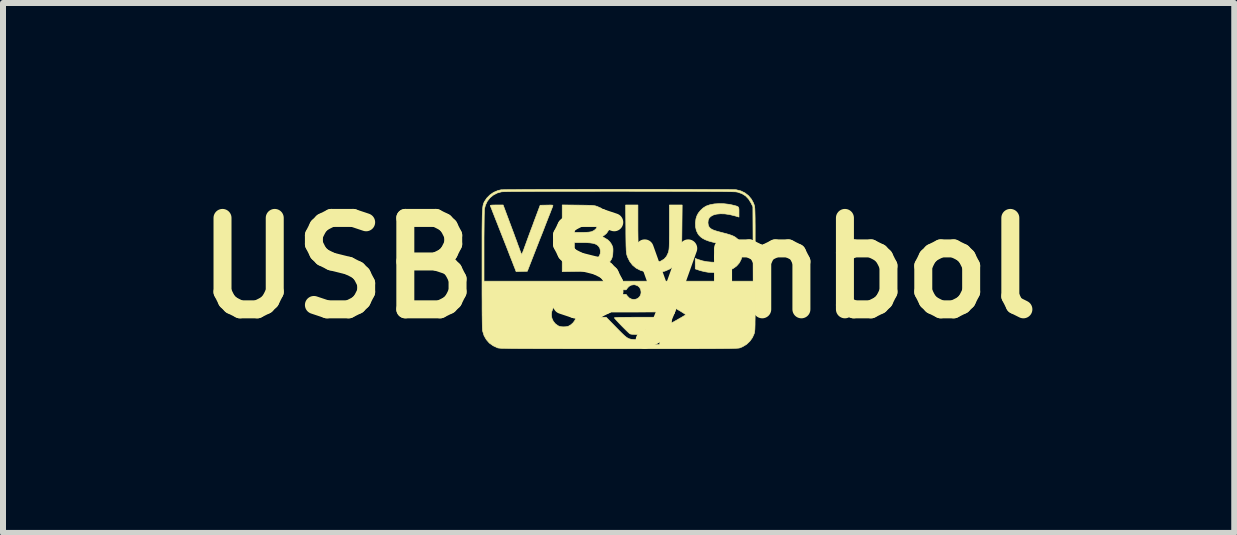
<source format=kicad_pcb>
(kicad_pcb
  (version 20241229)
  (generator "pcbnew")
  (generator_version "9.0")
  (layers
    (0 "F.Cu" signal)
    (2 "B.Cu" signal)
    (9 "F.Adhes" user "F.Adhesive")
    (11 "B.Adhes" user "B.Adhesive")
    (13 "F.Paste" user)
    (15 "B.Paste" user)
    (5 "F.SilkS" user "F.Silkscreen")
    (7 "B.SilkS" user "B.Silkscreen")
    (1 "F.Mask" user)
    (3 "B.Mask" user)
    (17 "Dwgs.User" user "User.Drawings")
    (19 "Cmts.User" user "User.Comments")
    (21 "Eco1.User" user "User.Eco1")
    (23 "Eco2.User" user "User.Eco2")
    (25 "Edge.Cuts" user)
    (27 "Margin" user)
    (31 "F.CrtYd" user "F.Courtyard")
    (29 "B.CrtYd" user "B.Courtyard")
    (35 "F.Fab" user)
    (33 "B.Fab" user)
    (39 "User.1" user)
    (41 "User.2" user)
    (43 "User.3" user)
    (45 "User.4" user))
  (footprint "USB Symbol"
    (layer "F.Cu")
    (at 7.264 1.418)
    (property "Reference" "USB Symbol" (at 0 0 0) (layer "F.SilkS") (effects (font (size 1.524 1.524) (thickness 0.3))))
    (attr through_hole)
    (fp_poly (pts (xy -1.801 -0.718) (xy -1.773 -0.643) (xy -1.746 -0.571) (xy -1.721 -0.502) (xy -1.698 -0.441) (xy -1.679 -0.387) (xy -1.663 -0.345) (xy -1.652 -0.315) (xy -1.65 -0.309) (xy -1.638 -0.275) (xy -1.627 -0.248) (xy -1.62 -0.23) (xy -1.618 -0.226) (xy -1.613 -0.232) (xy -1.604 -0.251) (xy -1.592 -0.28) (xy -1.577 -0.319) (xy -1.568 -0.345) (xy -1.554 -0.383) (xy -1.535 -0.435) (xy -1.513 -0.496) (xy -1.488 -0.564) (xy -1.461 -0.637) (xy -1.433 -0.71) (xy -1.416 -0.758) (xy -1.308 -1.046) (xy -1.199 -1.048) (xy -1.155 -1.049) (xy -1.125 -1.049) (xy -1.106 -1.048) (xy -1.097 -1.045) (xy -1.095 -1.04) (xy -1.096 -1.035) (xy -1.1 -1.025) (xy -1.109 -1) (xy -1.124 -0.963) (xy -1.143 -0.913) (xy -1.167 -0.853) (xy -1.194 -0.784) (xy -1.224 -0.707) (xy -1.256 -0.623) (xy -1.291 -0.535) (xy -1.312 -0.483) (xy -1.522 0.055) (xy -1.709 0.06) (xy -1.734 -0.006) (xy -1.741 -0.023) (xy -1.753 -0.053) (xy -1.769 -0.096) (xy -1.79 -0.148) (xy -1.814 -0.209) (xy -1.84 -0.277) (xy -1.869 -0.351) (xy -1.899 -0.427) (xy -1.93 -0.506) (xy -1.961 -0.585) (xy -1.992 -0.663) (xy -2.021 -0.738) (xy -2.049 -0.808) (xy -2.074 -0.872) (xy -2.096 -0.928) (xy -2.114 -0.975) (xy -2.128 -1.01) (xy -2.137 -1.032) (xy -2.14 -1.039) (xy -2.138 -1.044) (xy -2.126 -1.047) (xy -2.102 -1.049) (xy -2.065 -1.05) (xy -2.034 -1.05) (xy -1.925 -1.05) (xy -1.801 -0.718)) (stroke (width 0.01) (type solid)) (fill yes) (layer "F.SilkS"))
    (fp_poly (pts (xy 0.322 -0.713) (xy 0.322 -0.632) (xy 0.323 -0.555) (xy 0.324 -0.486) (xy 0.325 -0.426) (xy 0.327 -0.378) (xy 0.329 -0.342) (xy 0.331 -0.322) (xy 0.348 -0.253) (xy 0.374 -0.197) (xy 0.407 -0.157) (xy 0.44 -0.131) (xy 0.472 -0.114) (xy 0.508 -0.103) (xy 0.554 -0.099) (xy 0.584 -0.098) (xy 0.626 -0.098) (xy 0.657 -0.101) (xy 0.682 -0.107) (xy 0.707 -0.116) (xy 0.709 -0.118) (xy 0.76 -0.149) (xy 0.799 -0.193) (xy 0.826 -0.25) (xy 0.83 -0.261) (xy 0.834 -0.275) (xy 0.837 -0.29) (xy 0.84 -0.307) (xy 0.842 -0.327) (xy 0.844 -0.354) (xy 0.845 -0.388) (xy 0.846 -0.431) (xy 0.846 -0.486) (xy 0.847 -0.552) (xy 0.847 -0.633) (xy 0.847 -0.682) (xy 0.847 -1.05) (xy 1.06 -1.05) (xy 1.056 -0.663) (xy 1.055 -0.566) (xy 1.054 -0.485) (xy 1.053 -0.417) (xy 1.051 -0.362) (xy 1.049 -0.316) (xy 1.046 -0.279) (xy 1.042 -0.248) (xy 1.037 -0.222) (xy 1.031 -0.2) (xy 1.024 -0.179) (xy 1.015 -0.159) (xy 1.006 -0.139) (xy 0.971 -0.082) (xy 0.921 -0.031) (xy 0.859 0.013) (xy 0.789 0.046) (xy 0.762 0.055) (xy 0.723 0.063) (xy 0.673 0.069) (xy 0.616 0.072) (xy 0.557 0.073) (xy 0.502 0.071) (xy 0.455 0.065) (xy 0.445 0.063) (xy 0.363 0.039) (xy 0.292 0.002) (xy 0.232 -0.048) (xy 0.185 -0.11) (xy 0.149 -0.183) (xy 0.138 -0.217) (xy 0.135 -0.23) (xy 0.132 -0.247) (xy 0.13 -0.268) (xy 0.127 -0.294) (xy 0.126 -0.328) (xy 0.124 -0.371) (xy 0.123 -0.425) (xy 0.122 -0.49) (xy 0.121 -0.57) (xy 0.121 -0.658) (xy 0.117 -1.05) (xy 0.322 -1.05) (xy 0.322 -0.713)) (stroke (width 0.01) (type solid)) (fill yes) (layer "F.SilkS"))
    (fp_poly (pts (xy -0.675 -1.048) (xy -0.601 -1.047) (xy -0.541 -1.046) (xy -0.494 -1.045) (xy -0.457 -1.044) (xy -0.429 -1.042) (xy -0.407 -1.039) (xy -0.389 -1.036) (xy -0.373 -1.031) (xy -0.357 -1.026) (xy -0.285 -0.993) (xy -0.227 -0.952) (xy -0.184 -0.903) (xy -0.155 -0.846) (xy -0.141 -0.781) (xy -0.14 -0.754) (xy -0.147 -0.686) (xy -0.167 -0.628) (xy -0.2 -0.579) (xy -0.239 -0.546) (xy -0.273 -0.523) (xy -0.228 -0.498) (xy -0.182 -0.47) (xy -0.149 -0.439) (xy -0.123 -0.402) (xy -0.113 -0.383) (xy -0.102 -0.359) (xy -0.096 -0.338) (xy -0.094 -0.314) (xy -0.094 -0.282) (xy -0.095 -0.264) (xy -0.098 -0.218) (xy -0.106 -0.181) (xy -0.117 -0.15) (xy -0.118 -0.148) (xy -0.146 -0.105) (xy -0.185 -0.062) (xy -0.23 -0.024) (xy -0.273 0.002) (xy -0.302 0.015) (xy -0.329 0.026) (xy -0.357 0.035) (xy -0.389 0.042) (xy -0.425 0.047) (xy -0.469 0.051) (xy -0.523 0.053) (xy -0.589 0.055) (xy -0.669 0.057) (xy -0.684 0.057) (xy -0.94 0.061) (xy -0.94 -0.423) (xy -0.737 -0.423) (xy -0.737 -0.11) (xy -0.628 -0.11) (xy -0.581 -0.111) (xy -0.535 -0.113) (xy -0.496 -0.116) (xy -0.469 -0.119) (xy -0.418 -0.133) (xy -0.373 -0.154) (xy -0.338 -0.18) (xy -0.321 -0.201) (xy -0.306 -0.239) (xy -0.303 -0.283) (xy -0.311 -0.324) (xy -0.318 -0.339) (xy -0.337 -0.366) (xy -0.361 -0.386) (xy -0.391 -0.401) (xy -0.43 -0.412) (xy -0.48 -0.419) (xy -0.544 -0.423) (xy -0.606 -0.423) (xy -0.737 -0.423) (xy -0.94 -0.423) (xy -0.94 -0.881) (xy -0.737 -0.881) (xy -0.737 -0.593) (xy -0.615 -0.593) (xy -0.55 -0.594) (xy -0.499 -0.597) (xy -0.462 -0.603) (xy -0.451 -0.605) (xy -0.408 -0.626) (xy -0.375 -0.656) (xy -0.355 -0.693) (xy -0.348 -0.734) (xy -0.354 -0.775) (xy -0.374 -0.815) (xy -0.388 -0.83) (xy -0.409 -0.848) (xy -0.434 -0.861) (xy -0.465 -0.87) (xy -0.505 -0.876) (xy -0.556 -0.88) (xy -0.622 -0.881) (xy -0.737 -0.881) (xy -0.94 -0.881) (xy -0.94 -1.051) (xy -0.675 -1.048)) (stroke (width 0.01) (type solid)) (fill yes) (layer "F.SilkS"))
    (fp_poly (pts (xy 1.76 -1.071) (xy 1.845 -1.061) (xy 1.892 -1.051) (xy 1.937 -1.04) (xy 1.969 -1.031) (xy 1.989 -1.022) (xy 2 -1.01) (xy 2.005 -0.993) (xy 2.007 -0.967) (xy 2.007 -0.933) (xy 2.007 -0.849) (xy 1.939 -0.869) (xy 1.853 -0.89) (xy 1.772 -0.902) (xy 1.698 -0.904) (xy 1.634 -0.898) (xy 1.579 -0.883) (xy 1.536 -0.859) (xy 1.509 -0.831) (xy 1.494 -0.795) (xy 1.49 -0.753) (xy 1.496 -0.712) (xy 1.506 -0.689) (xy 1.52 -0.671) (xy 1.538 -0.655) (xy 1.563 -0.64) (xy 1.598 -0.626) (xy 1.643 -0.612) (xy 1.702 -0.596) (xy 1.729 -0.589) (xy 1.795 -0.572) (xy 1.846 -0.557) (xy 1.887 -0.543) (xy 1.919 -0.529) (xy 1.947 -0.513) (xy 1.971 -0.494) (xy 1.985 -0.482) (xy 2.024 -0.435) (xy 2.05 -0.378) (xy 2.063 -0.311) (xy 2.064 -0.296) (xy 2.062 -0.217) (xy 2.045 -0.147) (xy 2.014 -0.086) (xy 1.969 -0.034) (xy 1.91 0.009) (xy 1.839 0.041) (xy 1.755 0.062) (xy 1.749 0.063) (xy 1.702 0.069) (xy 1.646 0.073) (xy 1.588 0.075) (xy 1.534 0.074) (xy 1.489 0.071) (xy 1.486 0.07) (xy 1.448 0.064) (xy 1.404 0.054) (xy 1.36 0.043) (xy 1.324 0.031) (xy 1.314 0.028) (xy 1.278 0.015) (xy 1.278 -0.159) (xy 1.334 -0.139) (xy 1.402 -0.118) (xy 1.476 -0.104) (xy 1.552 -0.097) (xy 1.625 -0.095) (xy 1.69 -0.101) (xy 1.728 -0.11) (xy 1.78 -0.132) (xy 1.818 -0.164) (xy 1.842 -0.205) (xy 1.852 -0.252) (xy 1.854 -0.282) (xy 1.851 -0.301) (xy 1.842 -0.318) (xy 1.833 -0.329) (xy 1.811 -0.351) (xy 1.783 -0.369) (xy 1.747 -0.385) (xy 1.699 -0.399) (xy 1.649 -0.411) (xy 1.568 -0.431) (xy 1.502 -0.449) (xy 1.449 -0.469) (xy 1.406 -0.491) (xy 1.372 -0.515) (xy 1.343 -0.543) (xy 1.323 -0.57) (xy 1.297 -0.623) (xy 1.283 -0.685) (xy 1.281 -0.752) (xy 1.29 -0.821) (xy 1.305 -0.868) (xy 1.329 -0.914) (xy 1.365 -0.959) (xy 1.408 -0.999) (xy 1.454 -1.029) (xy 1.46 -1.032) (xy 1.522 -1.054) (xy 1.595 -1.068) (xy 1.676 -1.073) (xy 1.76 -1.071)) (stroke (width 0.01) (type solid)) (fill yes) (layer "F.SilkS"))
    (fp_poly (pts (xy 0.304 -1.312) (xy 0.461 -1.312) (xy 0.615 -1.312) (xy 0.765 -1.312) (xy 0.911 -1.311) (xy 1.051 -1.311) (xy 1.185 -1.311) (xy 1.311 -1.31) (xy 1.429 -1.31) (xy 1.538 -1.309) (xy 1.636 -1.309) (xy 1.724 -1.308) (xy 1.799 -1.308) (xy 1.861 -1.307) (xy 1.909 -1.306) (xy 1.943 -1.305) (xy 1.961 -1.305) (xy 1.962 -1.304) (xy 2.038 -1.285) (xy 2.106 -1.252) (xy 2.165 -1.206) (xy 2.214 -1.148) (xy 2.25 -1.081) (xy 2.261 -1.051) (xy 2.263 -1.043) (xy 2.266 -1.034) (xy 2.268 -1.023) (xy 2.269 -1.01) (xy 2.271 -0.994) (xy 2.272 -0.973) (xy 2.273 -0.948) (xy 2.274 -0.916) (xy 2.275 -0.877) (xy 2.276 -0.829) (xy 2.276 -0.773) (xy 2.277 -0.707) (xy 2.277 -0.63) (xy 2.277 -0.542) (xy 2.277 -0.44) (xy 2.277 -0.325) (xy 2.278 -0.195) (xy 2.278 -0.05) (xy 2.278 0.021) (xy 2.278 0.174) (xy 2.277 0.311) (xy 2.277 0.432) (xy 2.277 0.54) (xy 2.277 0.634) (xy 2.277 0.716) (xy 2.277 0.787) (xy 2.276 0.847) (xy 2.275 0.898) (xy 2.275 0.941) (xy 2.274 0.976) (xy 2.273 1.005) (xy 2.272 1.027) (xy 2.27 1.046) (xy 2.268 1.06) (xy 2.267 1.071) (xy 2.264 1.081) (xy 2.262 1.09) (xy 2.261 1.095) (xy 2.231 1.162) (xy 2.188 1.222) (xy 2.133 1.274) (xy 2.068 1.313) (xy 2.03 1.329) (xy 2.025 1.331) (xy 2.019 1.333) (xy 2.012 1.334) (xy 2.003 1.336) (xy 1.992 1.337) (xy 1.978 1.338) (xy 1.96 1.339) (xy 1.938 1.34) (xy 1.911 1.341) (xy 1.879 1.342) (xy 1.84 1.343) (xy 1.794 1.343) (xy 1.74 1.344) (xy 1.679 1.344) (xy 1.608 1.345) (xy 1.528 1.345) (xy 1.437 1.345) (xy 1.336 1.346) (xy 1.223 1.346) (xy 1.098 1.346) (xy 0.96 1.346) (xy 0.808 1.346) (xy 0.643 1.346) (xy 0.462 1.346) (xy 0.266 1.346) (xy 0.054 1.346) (xy 0.002 1.346) (xy -0.214 1.346) (xy -0.414 1.346) (xy -0.599 1.346) (xy -0.769 1.346) (xy -0.924 1.346) (xy -1.066 1.345) (xy -1.194 1.345) (xy -1.31 1.345) (xy -1.415 1.345) (xy -1.508 1.344) (xy -1.591 1.344) (xy -1.664 1.344) (xy -1.728 1.343) (xy -1.784 1.343) (xy -1.832 1.342) (xy -1.872 1.341) (xy -1.906 1.34) (xy -1.934 1.34) (xy -1.957 1.339) (xy -1.975 1.338) (xy -1.99 1.336) (xy -2.001 1.335) (xy -2.009 1.334) (xy -2.016 1.332) (xy -2.019 1.331) (xy -2.092 1.297) (xy -2.155 1.252) (xy -2.205 1.195) (xy -2.243 1.129) (xy -2.266 1.055) (xy -2.269 1.041) (xy -2.27 1.022) (xy -2.272 0.987) (xy -2.273 0.936) (xy -2.274 0.868) (xy -2.275 0.784) (xy -2.275 0.783) (xy -1.121 0.783) (xy -1.112 0.837) (xy -1.09 0.886) (xy -1.056 0.929) (xy -1.011 0.962) (xy -0.994 0.97) (xy -0.962 0.979) (xy -0.921 0.982) (xy -0.879 0.98) (xy -0.844 0.973) (xy -0.835 0.97) (xy -0.797 0.948) (xy -0.762 0.917) (xy -0.734 0.881) (xy -0.723 0.859) (xy -0.709 0.821) (xy -0.458 0.821) (xy -0.207 0.821) (xy -0.038 0.994) (xy 0.015 1.048) (xy 0.058 1.091) (xy 0.094 1.125) (xy 0.125 1.151) (xy 0.152 1.169) (xy 0.178 1.181) (xy 0.205 1.188) (xy 0.235 1.192) (xy 0.271 1.194) (xy 0.314 1.194) (xy 0.327 1.194) (xy 0.44 1.194) (xy 0.44 1.278) (xy 0.686 1.278) (xy 0.686 1.033) (xy 0.44 1.033) (xy 0.44 1.109) (xy 0.326 1.109) (xy 0.271 1.108) (xy 0.232 1.106) (xy 0.205 1.103) (xy 0.188 1.097) (xy 0.177 1.088) (xy 0.156 1.069) (xy 0.128 1.042) (xy 0.096 1.01) (xy 0.061 0.975) (xy 0.026 0.939) (xy -0.006 0.905) (xy -0.035 0.874) (xy -0.056 0.85) (xy -0.069 0.834) (xy -0.071 0.832) (xy -0.069 0.83) (xy -0.06 0.828) (xy -0.043 0.826) (xy -0.017 0.825) (xy 0.02 0.823) (xy 0.068 0.823) (xy 0.129 0.822) (xy 0.204 0.822) (xy 0.293 0.821) (xy 0.398 0.821) (xy 0.881 0.821) (xy 0.881 0.868) (xy 0.881 0.893) (xy 0.883 0.91) (xy 0.885 0.914) (xy 0.894 0.91) (xy 0.914 0.9) (xy 0.942 0.884) (xy 0.976 0.865) (xy 1.012 0.844) (xy 1.048 0.824) (xy 1.079 0.805) (xy 1.103 0.791) (xy 1.117 0.782) (xy 1.119 0.78) (xy 1.114 0.775) (xy 1.097 0.762) (xy 1.069 0.744) (xy 1.034 0.722) (xy 1.005 0.705) (xy 0.885 0.636) (xy 0.881 0.684) (xy 0.876 0.732) (xy 0.243 0.735) (xy 0.117 0.735) (xy 0.004 0.735) (xy -0.095 0.735) (xy -0.181 0.734) (xy -0.253 0.734) (xy -0.31 0.733) (xy -0.352 0.732) (xy -0.378 0.73) (xy -0.388 0.729) (xy -0.388 0.729) (xy -0.382 0.72) (xy -0.365 0.702) (xy -0.341 0.675) (xy -0.309 0.641) (xy -0.273 0.603) (xy -0.26 0.589) (xy -0.215 0.542) (xy -0.18 0.507) (xy -0.152 0.481) (xy -0.131 0.464) (xy -0.114 0.454) (xy -0.103 0.449) (xy -0.082 0.446) (xy -0.049 0.443) (xy -0.009 0.441) (xy 0.027 0.44) (xy 0.125 0.44) (xy 0.148 0.47) (xy 0.18 0.502) (xy 0.218 0.52) (xy 0.257 0.525) (xy 0.294 0.519) (xy 0.328 0.501) (xy 0.355 0.473) (xy 0.371 0.436) (xy 0.375 0.402) (xy 0.368 0.358) (xy 0.347 0.321) (xy 0.315 0.295) (xy 0.274 0.281) (xy 0.255 0.279) (xy 0.21 0.286) (xy 0.172 0.308) (xy 0.148 0.334) (xy 0.125 0.364) (xy 0.009 0.364) (xy -0.038 0.365) (xy -0.08 0.367) (xy -0.114 0.37) (xy -0.135 0.373) (xy -0.136 0.374) (xy -0.154 0.381) (xy -0.173 0.391) (xy -0.193 0.406) (xy -0.217 0.426) (xy -0.247 0.454) (xy -0.283 0.49) (xy -0.328 0.536) (xy -0.363 0.573) (xy -0.411 0.623) (xy -0.452 0.664) (xy -0.486 0.696) (xy -0.512 0.718) (xy -0.527 0.727) (xy -0.527 0.728) (xy -0.547 0.732) (xy -0.579 0.735) (xy -0.616 0.737) (xy -0.627 0.737) (xy -0.701 0.737) (xy -0.73 0.684) (xy -0.766 0.633) (xy -0.81 0.596) (xy -0.86 0.575) (xy -0.916 0.569) (xy -0.955 0.574) (xy -1.011 0.594) (xy -1.057 0.627) (xy -1.093 0.674) (xy -1.095 0.677) (xy -1.115 0.729) (xy -1.121 0.783) (xy -2.275 0.783) (xy -2.276 0.685) (xy -2.276 0.569) (xy -2.277 0.439) (xy -2.277 0.293) (xy -2.277 0.133) (xy -2.277 0.013) (xy -2.277 -0.141) (xy -2.277 -0.28) (xy -2.277 -0.363) (xy -2.244 -0.363) (xy -2.244 0.22) (xy 2.244 0.22) (xy 2.242 -0.4) (xy 2.239 -1.021) (xy 2.207 -1.086) (xy 2.167 -1.15) (xy 2.117 -1.202) (xy 2.057 -1.239) (xy 1.986 -1.264) (xy 1.956 -1.269) (xy 1.941 -1.27) (xy 1.911 -1.271) (xy 1.866 -1.272) (xy 1.806 -1.273) (xy 1.734 -1.274) (xy 1.649 -1.274) (xy 1.553 -1.275) (xy 1.446 -1.276) (xy 1.33 -1.276) (xy 1.206 -1.277) (xy 1.073 -1.277) (xy 0.935 -1.277) (xy 0.79 -1.278) (xy 0.641 -1.278) (xy 0.488 -1.278) (xy 0.332 -1.278) (xy 0.175 -1.279) (xy 0.016 -1.279) (xy -0.143 -1.279) (xy -0.301 -1.279) (xy -0.457 -1.278) (xy -0.611 -1.278) (xy -0.761 -1.278) (xy -0.906 -1.278) (xy -1.046 -1.278) (xy -1.179 -1.277) (xy -1.305 -1.277) (xy -1.422 -1.276) (xy -1.53 -1.276) (xy -1.628 -1.275) (xy -1.715 -1.275) (xy -1.79 -1.274) (xy -1.851 -1.273) (xy -1.899 -1.272) (xy -1.932 -1.271) (xy -1.949 -1.27) (xy -1.95 -1.27) (xy -2.023 -1.25) (xy -2.088 -1.216) (xy -2.144 -1.17) (xy -2.189 -1.113) (xy -2.22 -1.047) (xy -2.234 -0.995) (xy -2.237 -0.974) (xy -2.238 -0.937) (xy -2.24 -0.883) (xy -2.241 -0.813) (xy -2.242 -0.726) (xy -2.243 -0.623) (xy -2.244 -0.505) (xy -2.244 -0.37) (xy -2.244 -0.363) (xy -2.277 -0.363) (xy -2.277 -0.403) (xy -2.277 -0.512) (xy -2.277 -0.608) (xy -2.276 -0.692) (xy -2.275 -0.764) (xy -2.274 -0.826) (xy -2.273 -0.879) (xy -2.271 -0.924) (xy -2.269 -0.961) (xy -2.267 -0.992) (xy -2.264 -1.017) (xy -2.261 -1.038) (xy -2.257 -1.055) (xy -2.253 -1.069) (xy -2.248 -1.082) (xy -2.243 -1.094) (xy -2.237 -1.106) (xy -2.235 -1.11) (xy -2.196 -1.167) (xy -2.145 -1.218) (xy -2.085 -1.26) (xy -2.018 -1.289) (xy -1.959 -1.304) (xy -1.945 -1.304) (xy -1.914 -1.305) (xy -1.869 -1.306) (xy -1.809 -1.307) (xy -1.736 -1.307) (xy -1.651 -1.308) (xy -1.554 -1.309) (xy -1.447 -1.309) (xy -1.331 -1.31) (xy -1.206 -1.31) (xy -1.074 -1.311) (xy -0.935 -1.311) (xy -0.79 -1.311) (xy -0.641 -1.312) (xy -0.487 -1.312) (xy -0.331 -1.312) (xy -0.173 -1.312) (xy -0.014 -1.312) (xy 0.146 -1.312) (xy 0.304 -1.312)) (stroke (width 0.01) (type solid)) (fill yes) (layer "F.SilkS")))
  (gr_rect
    (start -3 -3)
    (end 17.529 5.836)
    (stroke (width 0.1) (type default))
    (fill no)
    (layer "Edge.Cuts")))
</source>
